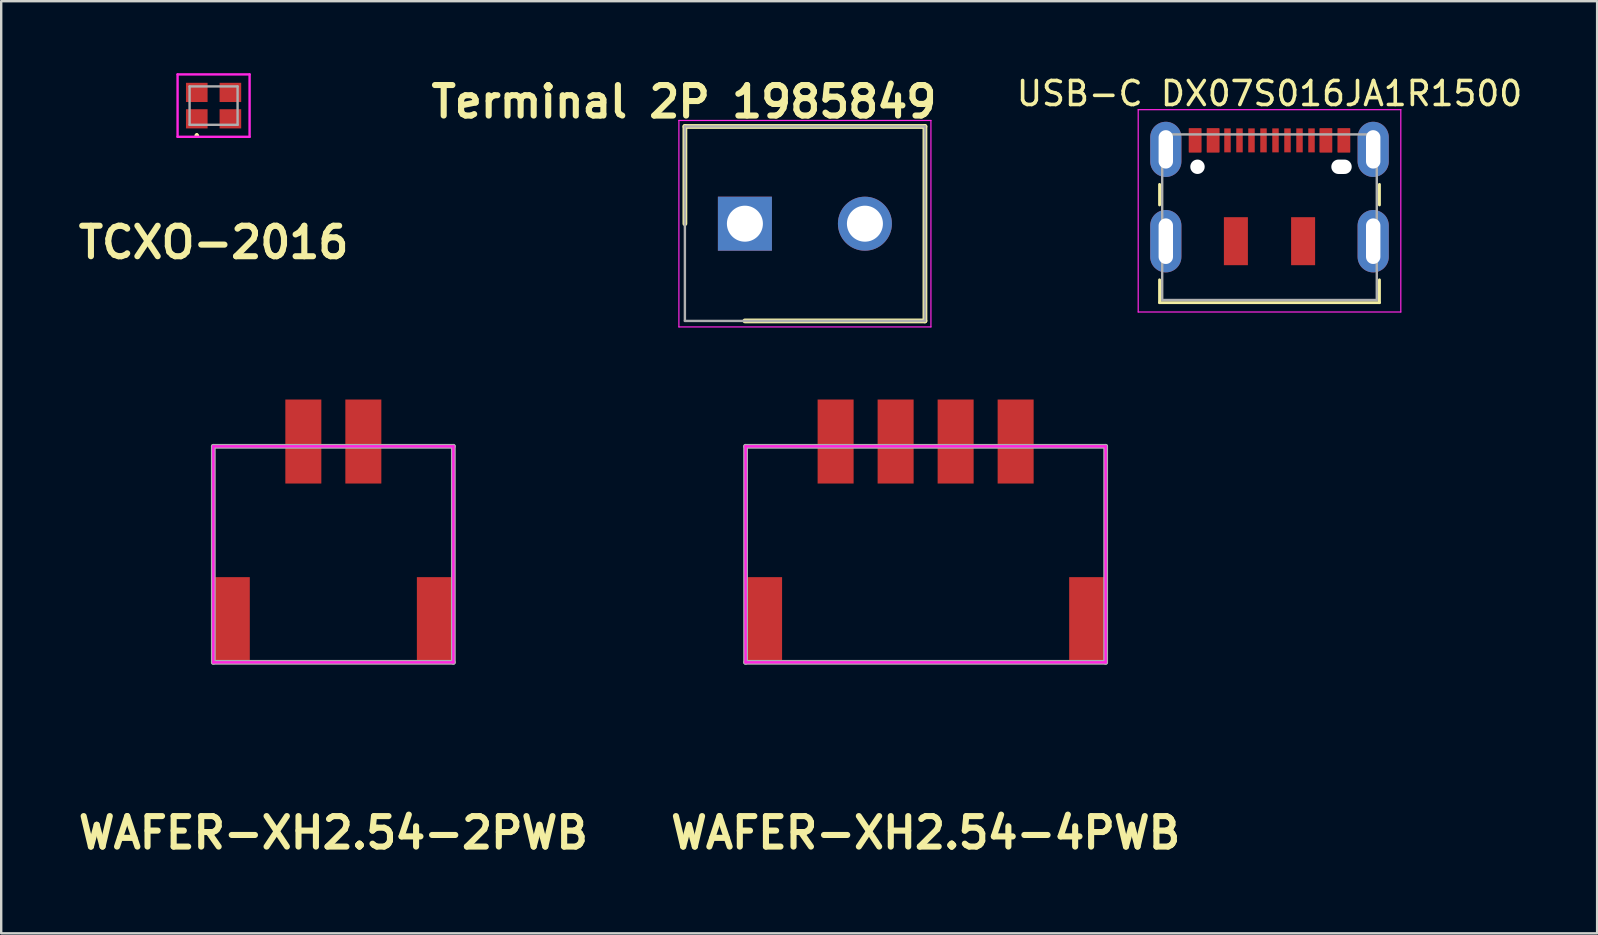
<source format=kicad_pcb>
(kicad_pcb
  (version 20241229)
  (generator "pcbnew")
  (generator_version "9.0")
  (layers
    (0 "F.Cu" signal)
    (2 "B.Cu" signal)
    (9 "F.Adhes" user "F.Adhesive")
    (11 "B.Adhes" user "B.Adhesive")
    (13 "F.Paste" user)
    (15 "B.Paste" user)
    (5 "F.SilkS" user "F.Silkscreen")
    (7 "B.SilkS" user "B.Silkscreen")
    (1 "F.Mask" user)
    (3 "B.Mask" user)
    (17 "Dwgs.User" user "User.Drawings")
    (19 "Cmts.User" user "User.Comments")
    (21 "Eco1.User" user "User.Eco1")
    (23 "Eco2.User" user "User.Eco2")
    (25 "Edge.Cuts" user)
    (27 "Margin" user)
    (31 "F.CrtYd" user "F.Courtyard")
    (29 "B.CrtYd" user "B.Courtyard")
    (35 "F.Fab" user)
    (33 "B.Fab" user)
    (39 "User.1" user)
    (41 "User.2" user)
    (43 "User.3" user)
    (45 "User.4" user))
  (footprint "TCXO-2016"
    (layer "F.Cu")
    (at 5.848 1.35)
    (property "Reference" "TCXO-2016" (at 0 5.7 0) (layer "F.SilkS") (effects (font (size 1.27 1.27) (thickness 0.254))))
    (attr smd)
    (fp_line (start -0.7 1.2) (end -0.7 1.2) (stroke (width 0.1) (type solid)) (layer "F.SilkS"))
    (fp_line (start -0.7 1.3) (end -0.7 1.3) (stroke (width 0.1) (type solid)) (layer "F.SilkS"))
    (fp_arc (start -0.7 1.2) (mid -0.65 1.25) (end -0.7 1.3) (stroke (width 0.1) (type solid)) (layer "F.SilkS"))
    (fp_arc (start -0.7 1.3) (mid -0.75 1.25) (end -0.7 1.2) (stroke (width 0.1) (type solid)) (layer "F.SilkS"))
    (fp_line (start -1.5 -1.3) (end 1.5 -1.3) (stroke (width 0.1) (type solid)) (layer "F.CrtYd"))
    (fp_line (start -1.5 1.3) (end -1.5 -1.3) (stroke (width 0.1) (type solid)) (layer "F.CrtYd"))
    (fp_line (start 1.5 -1.3) (end 1.5 1.3) (stroke (width 0.1) (type solid)) (layer "F.CrtYd"))
    (fp_line (start 1.5 1.3) (end -1.5 1.3) (stroke (width 0.1) (type solid)) (layer "F.CrtYd"))
    (fp_line (start -1 -0.8) (end 1 -0.8) (stroke (width 0.1) (type solid)) (layer "F.Fab"))
    (fp_line (start -1 0.8) (end -1 -0.8) (stroke (width 0.1) (type solid)) (layer "F.Fab"))
    (fp_line (start 1 -0.8) (end 1 0.8) (stroke (width 0.1) (type solid)) (layer "F.Fab"))
    (fp_line (start 1 0.8) (end -1 0.8) (stroke (width 0.1) (type solid)) (layer "F.Fab"))
    (pad "1" smd rect (at -0.7 0.55 90) (size 0.8 0.9) (layers "F.Cu" "F.Mask" "F.Paste"))
    (pad "2" smd rect (at 0.7 0.55 90) (size 0.8 0.9) (layers "F.Cu" "F.Mask" "F.Paste"))
    (pad "3" smd rect (at 0.7 -0.55 90) (size 0.8 0.9) (layers "F.Cu" "F.Mask" "F.Paste"))
    (pad "4" smd rect (at -0.7 -0.55 90) (size 0.8 0.9) (layers "F.Cu" "F.Mask" "F.Paste")))
  (footprint "USB-C DX07S016JA1R1500"
    (layer "F.Cu")
    (at 49.838 5.848)
    (property "Reference" "USB-C DX07S016JA1R1500" (at 0 -5 0) (layer "F.SilkS") (effects (font (size 1 1) (thickness 0.15))))
    (attr smd)
    (fp_line (start -4.58 -1.215) (end -4.58 -0.36) (stroke (width 0.12) (type solid)) (layer "F.SilkS"))
    (fp_line (start -4.58 2.76) (end -4.58 3.71) (stroke (width 0.12) (type solid)) (layer "F.SilkS"))
    (fp_line (start -4.58 3.71) (end 4.58 3.71) (stroke (width 0.12) (type solid)) (layer "F.SilkS"))
    (fp_line (start 4.58 -1.215) (end 4.58 -0.36) (stroke (width 0.12) (type solid)) (layer "F.SilkS"))
    (fp_line (start 4.58 2.76) (end 4.58 3.71) (stroke (width 0.12) (type solid)) (layer "F.SilkS"))
    (fp_line (start -5.47 -4.33) (end -5.47 4.1) (stroke (width 0.05) (type solid)) (layer "F.CrtYd"))
    (fp_line (start -5.47 -4.33) (end 5.47 -4.33) (stroke (width 0.05) (type solid)) (layer "F.CrtYd"))
    (fp_line (start -5.47 4.1) (end 5.47 4.1) (stroke (width 0.05) (type solid)) (layer "F.CrtYd"))
    (fp_line (start 5.47 -4.33) (end 5.47 4.1) (stroke (width 0.05) (type solid)) (layer "F.CrtYd"))
    (fp_line (start -4.47 -3.3) (end -4.47 3.6) (stroke (width 0.1) (type solid)) (layer "F.Fab"))
    (fp_line (start -4.47 -3.3) (end 4.47 -3.3) (stroke (width 0.1) (type solid)) (layer "F.Fab"))
    (fp_line (start -4.47 3.6) (end 4.47 3.6) (stroke (width 0.1) (type solid)) (layer "F.Fab"))
    (fp_line (start 4.47 -3.3) (end 4.47 3.6) (stroke (width 0.1) (type solid)) (layer "F.Fab"))
    (pad "" np_thru_hole circle (at -3 -1.95) (size 0.6 0.6) (drill 0.6) (layers "*.Cu" "*.Mask"))
    (pad "" smd rect (at -1.4 1.15) (size 1 2) (layers "F.Cu" "F.Mask" "F.Paste"))
    (pad "" smd rect (at 1.4 1.15) (size 1 2) (layers "F.Cu" "F.Mask" "F.Paste"))
    (pad "" np_thru_hole oval (at 3 -1.95) (size 0.85 0.6) (drill oval 0.85 0.6) (layers "*.Cu" "*.Mask"))
    (pad "A1" smd rect (at -3.1 -3.05) (size 0.52 1) (layers "F.Cu" "F.Mask" "F.Paste"))
    (pad "A4" smd rect (at -2.35 -3.05) (size 0.52 1) (layers "F.Cu" "F.Mask" "F.Paste"))
    (pad "A5" smd rect (at -1.75 -3.05) (size 0.27 1) (layers "F.Cu" "F.Mask" "F.Paste"))
    (pad "A6" smd rect (at -0.25 -3.05) (size 0.27 1) (layers "F.Cu" "F.Mask" "F.Paste"))
    (pad "A7" smd rect (at 0.75 -3.05) (size 0.27 1) (layers "F.Cu" "F.Mask" "F.Paste"))
    (pad "A8" smd rect (at 1.75 -3.05) (size 0.27 1) (layers "F.Cu" "F.Mask" "F.Paste"))
    (pad "A9" smd rect (at 2.35 -3.05) (size 0.52 1) (layers "F.Cu" "F.Mask" "F.Paste"))
    (pad "A12" smd rect (at 3.1 -3.05) (size 0.52 1) (layers "F.Cu" "F.Mask" "F.Paste"))
    (pad "B1" smd rect (at 3.1 -3.05) (size 0.52 1) (layers "F.Cu" "F.Mask" "F.Paste"))
    (pad "B4" smd rect (at 2.35 -3.05) (size 0.52 1) (layers "F.Cu" "F.Mask" "F.Paste"))
    (pad "B5" smd rect (at 1.25 -3.05) (size 0.27 1) (layers "F.Cu" "F.Mask" "F.Paste"))
    (pad "B6" smd rect (at 0.25 -3.05) (size 0.27 1) (layers "F.Cu" "F.Mask" "F.Paste"))
    (pad "B7" smd rect (at -0.75 -3.05) (size 0.27 1) (layers "F.Cu" "F.Mask" "F.Paste"))
    (pad "B8" smd rect (at -1.25 -3.05) (size 0.27 1) (layers "F.Cu" "F.Mask" "F.Paste"))
    (pad "B9" smd rect (at -2.35 -3.05) (size 0.52 1) (layers "F.Cu" "F.Mask" "F.Paste"))
    (pad "B12" smd rect (at -3.1 -3.05) (size 0.52 1) (layers "F.Cu" "F.Mask" "F.Paste"))
    (pad "S1" thru_hole oval (at -4.32 -2.675) (size 1.3 2.3) (drill oval 0.6 1.6) (layers "*.Cu" "*.Mask"))
    (pad "S1" thru_hole oval (at -4.32 1.15) (size 1.3 2.6) (drill oval 0.6 1.9) (layers "*.Cu" "*.Mask"))
    (pad "S1" thru_hole oval (at 4.32 -2.675) (size 1.3 2.3) (drill oval 0.6 1.6) (layers "*.Cu" "*.Mask"))
    (pad "S1" thru_hole oval (at 4.32 1.15) (size 1.3 2.6) (drill oval 0.6 1.9) (layers "*.Cu" "*.Mask")))
  (footprint "WAFER-XH2.54-4PWB"
    (layer "F.Cu")
    (at 35.512 19.044)
    (property "Reference" "WAFER-XH2.54-4PWB" (at 0 12.6 0) (layer "F.SilkS") (effects (font (size 1.27 1.27) (thickness 0.254))))
    (attr smd)
    (fp_line (start 7.5 5.5) (end -7.5 5.5) (stroke (width 0.1) (type solid)) (layer "F.SilkS"))
    (fp_line (start -7.5 -3.5) (end 7.5 -3.5) (stroke (width 0.1) (type solid)) (layer "F.CrtYd"))
    (fp_line (start -7.5 5.5) (end -7.5 -3.5) (stroke (width 0.1) (type solid)) (layer "F.CrtYd"))
    (fp_line (start 7.5 -3.5) (end 7.5 5.5) (stroke (width 0.1) (type solid)) (layer "F.CrtYd"))
    (fp_line (start 7.5 5.5) (end -7.5 5.5) (stroke (width 0.1) (type solid)) (layer "F.CrtYd"))
    (fp_line (start -7.5 -3.5) (end 7.5 -3.5) (stroke (width 0.2) (type solid)) (layer "F.Fab"))
    (fp_line (start -7.5 5.5) (end -7.5 -3.5) (stroke (width 0.2) (type solid)) (layer "F.Fab"))
    (fp_line (start 7.5 5.5) (end -7.5 5.5) (stroke (width 0.2) (type solid)) (layer "F.Fab"))
    (fp_line (start 7.5 5.5) (end 7.5 -3.5) (stroke (width 0.2) (type solid)) (layer "F.Fab"))
    (pad "1" smd rect (at -3.75 -3.7) (size 1.5 3.5) (layers "F.Cu" "F.Mask" "F.Paste"))
    (pad "2" smd rect (at -1.25 -3.7) (size 1.5 3.5) (layers "F.Cu" "F.Mask" "F.Paste"))
    (pad "3" smd rect (at 1.25 -3.7) (size 1.5 3.5) (layers "F.Cu" "F.Mask" "F.Paste"))
    (pad "4" smd rect (at 3.75 -3.7) (size 1.5 3.5) (layers "F.Cu" "F.Mask" "F.Paste"))
    (pad "S1" smd rect (at -6.73 3.7) (size 1.5 3.5) (layers "F.Cu" "F.Mask" "F.Paste"))
    (pad "S2" smd rect (at 6.73 3.7) (size 1.5 3.5) (layers "F.Cu" "F.Mask" "F.Paste")))
  (footprint "Terminal 2P 1985849"
    (layer "F.Cu")
    (at 27.983 6.269)
    (property "Reference" "Terminal 2P 1985849" (at -2.54 -5.08 0) (layer "F.SilkS") (effects (font (size 1.27 1.27) (thickness 0.254))))
    (attr through_hole)
    (fp_line (start -2.5 -4.05) (end -2.5 0) (stroke (width 0.2) (type solid)) (layer "F.SilkS"))
    (fp_line (start 0 4.05) (end 7.5 4.05) (stroke (width 0.2) (type solid)) (layer "F.SilkS"))
    (fp_line (start 7.5 -4.05) (end -2.5 -4.05) (stroke (width 0.2) (type solid)) (layer "F.SilkS"))
    (fp_line (start 7.5 4.05) (end 7.5 -4.05) (stroke (width 0.2) (type solid)) (layer "F.SilkS"))
    (fp_line (start -2.75 -4.3) (end 7.75 -4.3) (stroke (width 0.05) (type solid)) (layer "F.CrtYd"))
    (fp_line (start -2.75 4.3) (end -2.75 -4.3) (stroke (width 0.05) (type solid)) (layer "F.CrtYd"))
    (fp_line (start 7.75 -4.3) (end 7.75 4.3) (stroke (width 0.05) (type solid)) (layer "F.CrtYd"))
    (fp_line (start 7.75 4.3) (end -2.75 4.3) (stroke (width 0.05) (type solid)) (layer "F.CrtYd"))
    (fp_line (start -2.5 -4.05) (end 7.5 -4.05) (stroke (width 0.1) (type solid)) (layer "F.Fab"))
    (fp_line (start -2.5 4.05) (end -2.5 -4.05) (stroke (width 0.1) (type solid)) (layer "F.Fab"))
    (fp_line (start 7.5 -4.05) (end 7.5 4.05) (stroke (width 0.1) (type solid)) (layer "F.Fab"))
    (fp_line (start 7.5 4.05) (end -2.5 4.05) (stroke (width 0.1) (type solid)) (layer "F.Fab"))
    (pad "1" thru_hole rect (at 0 0) (size 2.25 2.25) (drill 1.5) (layers "*.Cu" "*.Mask"))
    (pad "2" thru_hole circle (at 5 0) (size 2.25 2.25) (drill 1.5) (layers "*.Cu" "*.Mask")))
  (footprint "WAFER-XH2.54-2PWB"
    (layer "F.Cu")
    (at 10.837 19.044)
    (property "Reference" "WAFER-XH2.54-2PWB" (at 0 12.6 0) (layer "F.SilkS") (effects (font (size 1.27 1.27) (thickness 0.254))))
    (attr smd)
    (fp_line (start 5 5.5) (end -5 5.5) (stroke (width 0.1) (type solid)) (layer "F.SilkS"))
    (fp_line (start -5 -3.5) (end 5 -3.5) (stroke (width 0.1) (type solid)) (layer "F.CrtYd"))
    (fp_line (start -5 5.5) (end -5 -3.5) (stroke (width 0.1) (type solid)) (layer "F.CrtYd"))
    (fp_line (start 5 -3.5) (end 5 5.5) (stroke (width 0.1) (type solid)) (layer "F.CrtYd"))
    (fp_line (start 5 5.5) (end -5 5.5) (stroke (width 0.1) (type solid)) (layer "F.CrtYd"))
    (fp_line (start -5 -3.5) (end 5 -3.5) (stroke (width 0.2) (type solid)) (layer "F.Fab"))
    (fp_line (start -5 5.5) (end -5 -3.5) (stroke (width 0.2) (type solid)) (layer "F.Fab"))
    (fp_line (start 5 5.5) (end -5 5.5) (stroke (width 0.2) (type solid)) (layer "F.Fab"))
    (fp_line (start 5 5.5) (end 5 -3.5) (stroke (width 0.2) (type solid)) (layer "F.Fab"))
    (pad "1" smd rect (at -1.25 -3.7) (size 1.5 3.5) (layers "F.Cu" "F.Mask" "F.Paste"))
    (pad "2" smd rect (at 1.25 -3.7) (size 1.5 3.5) (layers "F.Cu" "F.Mask" "F.Paste"))
    (pad "S1" smd rect (at -4.23 3.7) (size 1.5 3.5) (layers "F.Cu" "F.Mask" "F.Paste"))
    (pad "S2" smd rect (at 4.23 3.7) (size 1.5 3.5) (layers "F.Cu" "F.Mask" "F.Paste")))
  (gr_rect
    (start -3 -3)
    (end 63.487 35.832)
    (stroke (width 0.1) (type default))
    (fill no)
    (layer "Edge.Cuts")))
</source>
